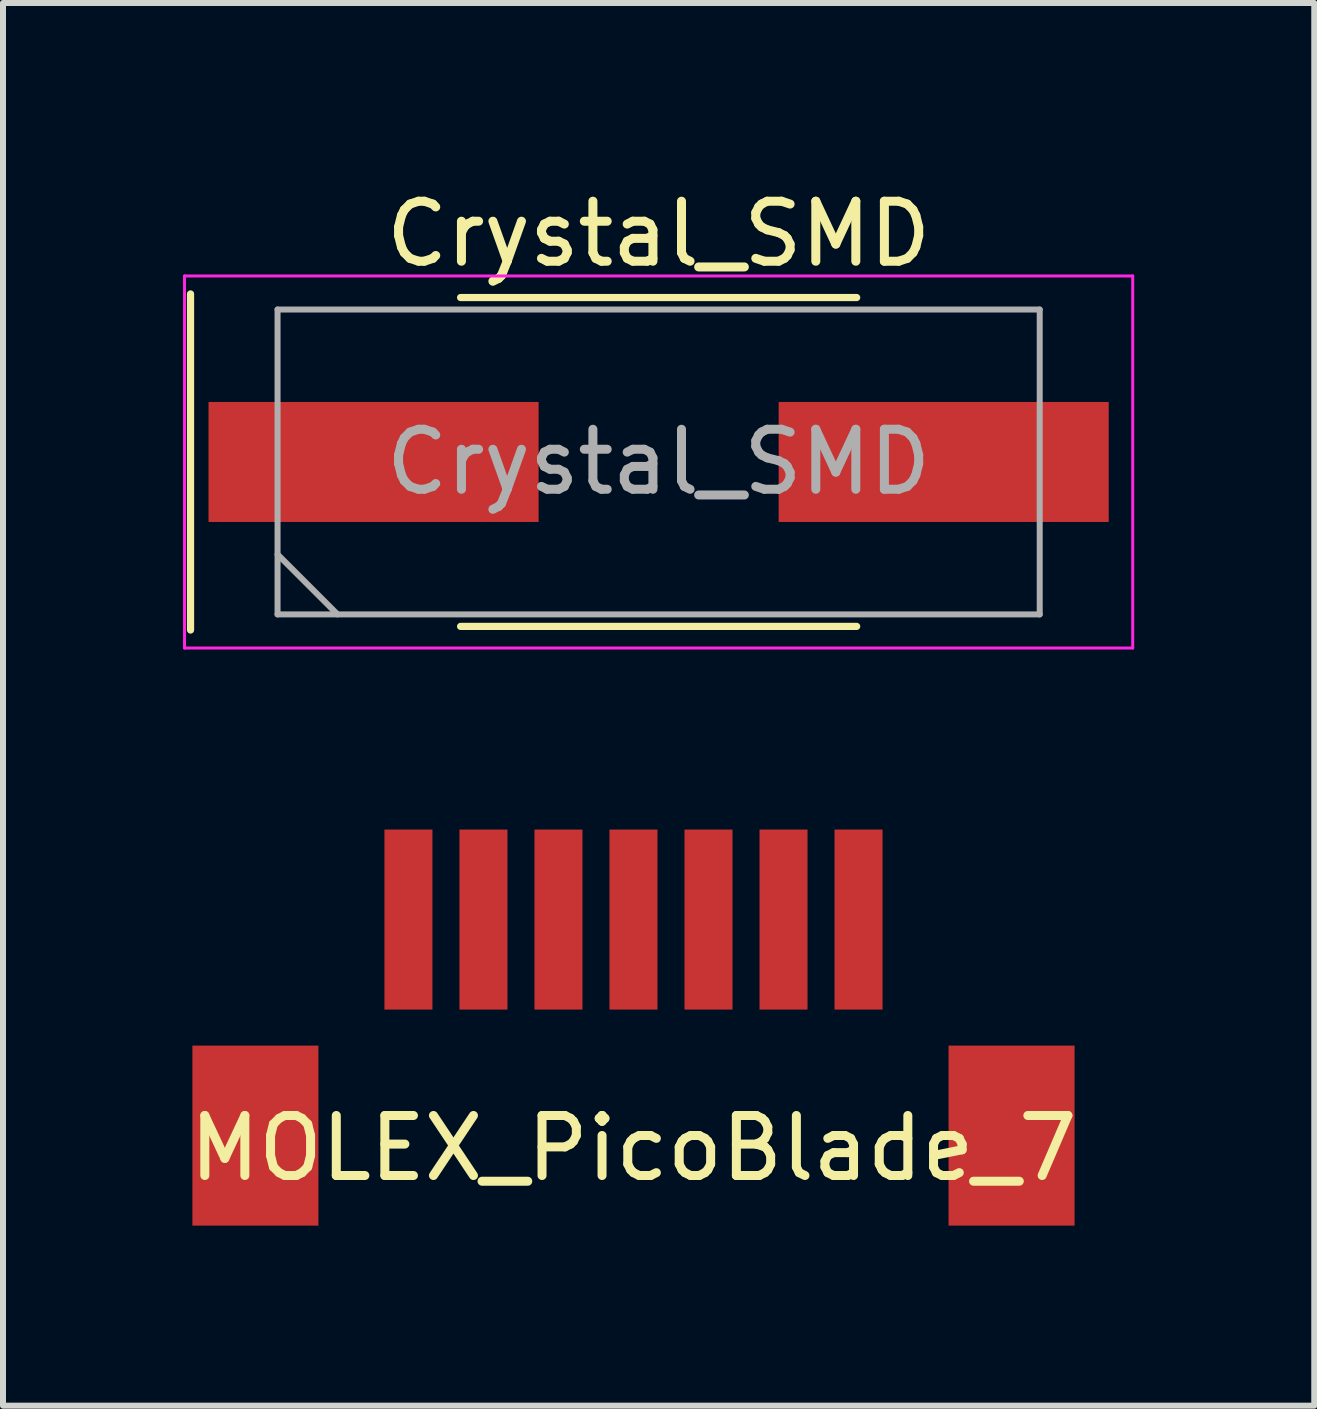
<source format=kicad_pcb>
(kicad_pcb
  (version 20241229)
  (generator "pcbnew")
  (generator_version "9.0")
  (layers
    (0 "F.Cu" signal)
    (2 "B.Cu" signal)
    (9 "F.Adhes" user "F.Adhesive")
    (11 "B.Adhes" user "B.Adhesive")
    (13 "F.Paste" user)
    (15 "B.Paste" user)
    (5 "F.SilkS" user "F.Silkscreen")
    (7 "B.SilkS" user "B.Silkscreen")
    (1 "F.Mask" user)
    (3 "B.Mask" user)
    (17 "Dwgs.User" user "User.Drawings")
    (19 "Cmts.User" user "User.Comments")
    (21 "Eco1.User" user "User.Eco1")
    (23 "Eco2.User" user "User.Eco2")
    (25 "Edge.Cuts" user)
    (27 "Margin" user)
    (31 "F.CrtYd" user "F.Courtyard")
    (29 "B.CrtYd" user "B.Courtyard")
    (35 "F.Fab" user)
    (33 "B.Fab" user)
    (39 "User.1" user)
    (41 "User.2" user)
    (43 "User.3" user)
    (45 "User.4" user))
  (footprint "Crystal_SMD"
    (layer "F.Cu")
    (at 7.925 4.648)
    (property "Reference" "Crystal_SMD" (at 0 -3.8 0) (layer "F.SilkS") (effects (font (size 1 1) (thickness 0.15))))
    (attr smd)
    (fp_line (start -7.8 -2.8) (end -7.8 2.8) (stroke (width 0.12) (type solid)) (layer "F.SilkS"))
    (fp_line (start -3.3 -2.74) (end 3.3 -2.74) (stroke (width 0.12) (type solid)) (layer "F.SilkS"))
    (fp_line (start -3.3 2.74) (end 3.3 2.74) (stroke (width 0.12) (type solid)) (layer "F.SilkS"))
    (fp_line (start -7.9 -3.1) (end -7.9 3.1) (stroke (width 0.05) (type solid)) (layer "F.CrtYd"))
    (fp_line (start -7.9 3.1) (end 7.9 3.1) (stroke (width 0.05) (type solid)) (layer "F.CrtYd"))
    (fp_line (start 7.9 -3.1) (end -7.9 -3.1) (stroke (width 0.05) (type solid)) (layer "F.CrtYd"))
    (fp_line (start 7.9 3.1) (end 7.9 -3.1) (stroke (width 0.05) (type solid)) (layer "F.CrtYd"))
    (fp_line (start -6.35 -2.54) (end -6.35 2.54) (stroke (width 0.1) (type solid)) (layer "F.Fab"))
    (fp_line (start -6.35 1.54) (end -5.35 2.54) (stroke (width 0.1) (type solid)) (layer "F.Fab"))
    (fp_line (start -6.35 2.54) (end 6.35 2.54) (stroke (width 0.1) (type solid)) (layer "F.Fab"))
    (fp_line (start 6.35 -2.54) (end -6.35 -2.54) (stroke (width 0.1) (type solid)) (layer "F.Fab"))
    (fp_line (start 6.35 2.54) (end 6.35 -2.54) (stroke (width 0.1) (type solid)) (layer "F.Fab"))
    (fp_text user "${REFERENCE}" (at 0 0 0) (layer "F.Fab") (effects (font (size 1 1) (thickness 0.15))))
    (pad "1" smd rect (at -4.75 0) (size 5.5 2) (layers "F.Cu" "F.Mask" "F.Paste"))
    (pad "2" smd rect (at 4.75 0) (size 5.5 2) (layers "F.Cu" "F.Mask" "F.Paste")))
  (footprint "MOLEX_PicoBlade_7"
    (layer "F.Cu")
    (at 7.506 14.813)
    (property "Reference" "MOLEX_PicoBlade_7" (at 0 1.27 0) (layer "F.SilkS") (effects (font (size 1 1) (thickness 0.15))))
    (attr through_hole)
    (pad "" smd rect (at -6.3 1.06) (size 2.1 3) (layers "F.Cu" "F.Mask" "F.Paste"))
    (pad "" smd rect (at 6.3 1.06) (size 2.1 3) (layers "F.Cu" "F.Mask" "F.Paste"))
    (pad "1" smd rect (at -3.75 -2.54) (size 0.8 3) (layers "F.Cu" "F.Mask" "F.Paste"))
    (pad "2" smd rect (at -2.5 -2.54) (size 0.8 3) (layers "F.Cu" "F.Mask" "F.Paste"))
    (pad "3" smd rect (at -1.25 -2.54) (size 0.8 3) (layers "F.Cu" "F.Mask" "F.Paste"))
    (pad "4" smd rect (at 0 -2.54) (size 0.8 3) (layers "F.Cu" "F.Mask" "F.Paste"))
    (pad "5" smd rect (at 1.25 -2.54) (size 0.8 3) (layers "F.Cu" "F.Mask" "F.Paste"))
    (pad "6" smd rect (at 2.5 -2.54) (size 0.8 3) (layers "F.Cu" "F.Mask" "F.Paste"))
    (pad "7" smd rect (at 3.75 -2.54) (size 0.8 3) (layers "F.Cu" "F.Mask" "F.Paste")))
  (gr_rect
    (start -3 -3)
    (end 18.85 20.373)
    (stroke (width 0.1) (type default))
    (fill no)
    (layer "Edge.Cuts")))
</source>
